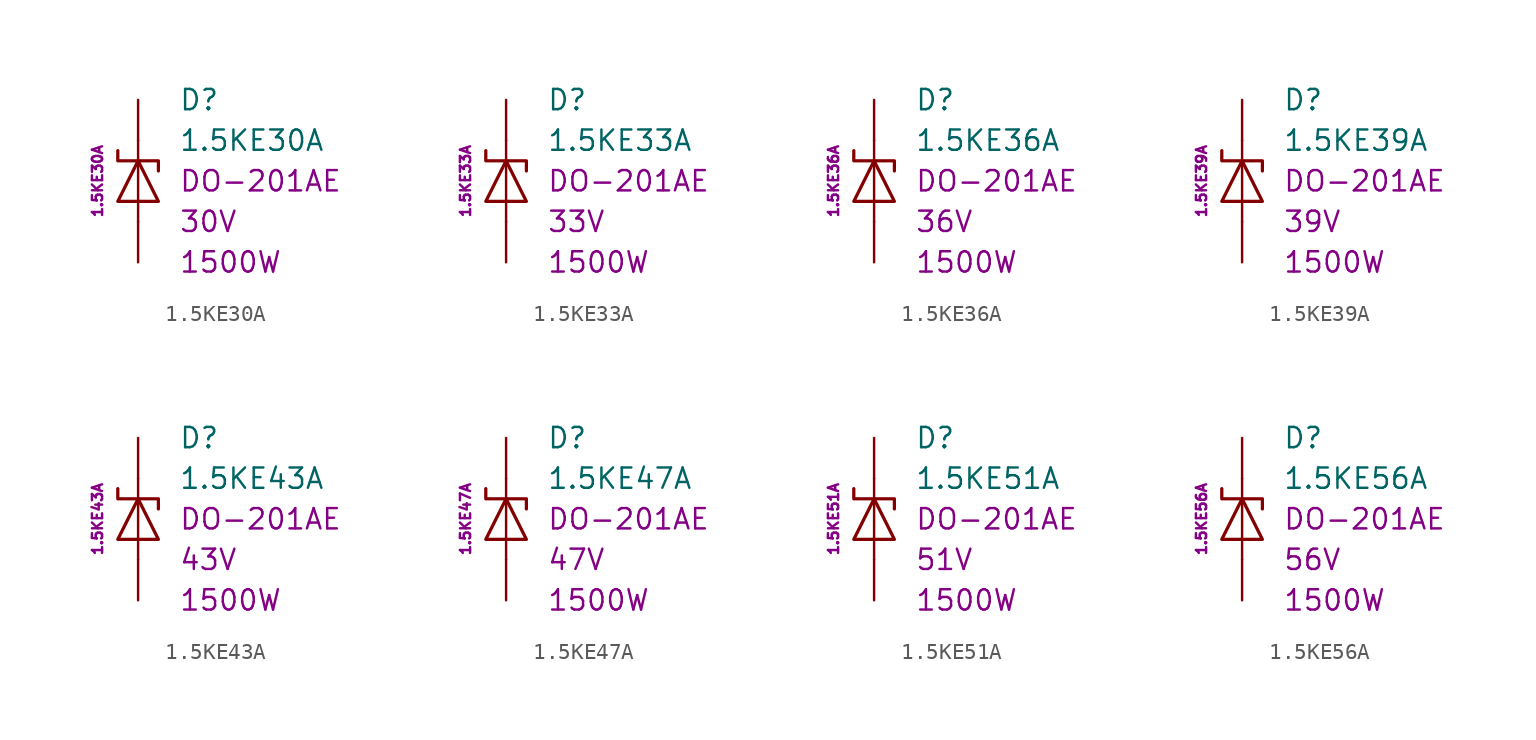
<source format=kicad_sym>
(kicad_symbol_lib
  (version 20201005)
  (generator kicad_symbol_editor)
  (symbol "1.5KE30A"
    (pin_numbers hide)
    (pin_names
      (offset 1.016) hide)
    (property "Reference" "D"
      (at 2.54 5.08 0)
      (effects (font (size 1.27 1.27)) (justify left)))
    (property "Value" "1.5KE30A"
      (at 2.54 2.54 0)
      (effects (font (size 1.27 1.27)) (justify left)))
    (property "Package" "DO-201AE"
      (at 2.54 0 0)
      (effects (font (size 1.27 1.27)) (justify left)))
    (property "Voltage" "30V"
      (at 2.54 -2.54 0)
      (effects (font (size 1.27 1.27)) (justify left)))
    (property "PeakPulsePower" "1500W"
      (at 2.54 -5.08 0)
      (effects (font (size 1.27 1.27)) (justify left)))
    (property "MPN" "1.5KE30A"
      (at -2.54 0 90)
      (effects (font (size 0.635 0.635))))
    (symbol "1.5KE30A_0_1"
      (polyline (pts (xy 0 -2.54) (xy 0 -1.27)) (stroke (width 0)) (fill (type none)))
      (polyline (pts (xy 0 -1.27) (xy 0 1.27)) (stroke (width 0)) (fill (type none)))
      (polyline (pts (xy 0 2.54) (xy 0 1.27)) (stroke (width 0)) (fill (type none)))
      (polyline (pts (xy -1.27 -1.27) (xy 1.27 -1.27) (xy 0 1.27) (xy -1.27 -1.27)) (stroke (width 0.203)) (fill (type none)))
      (polyline (pts (xy -1.27 1.905) (xy -1.27 1.27) (xy 1.27 1.27) (xy 1.27 0.635)) (stroke (width 0.203)) (fill (type none))))
    (symbol "1.5KE30A_1_1"
      (pin passive line (at 0 5.08 270) (length 2.54) (name "K" (effects (font (size 1.27 1.27)))) (number "1" (effects (font (size 1.27 1.27)))))
      (pin passive line (at 0 -5.08 90) (length 2.54) (name "A" (effects (font (size 1.27 1.27)))) (number "2" (effects (font (size 1.27 1.27)))))))
  (symbol "1.5KE33A"
    (pin_numbers hide)
    (pin_names
      (offset 1.016) hide)
    (property "Reference" "D"
      (at 2.54 5.08 0)
      (effects (font (size 1.27 1.27)) (justify left)))
    (property "Value" "1.5KE33A"
      (at 2.54 2.54 0)
      (effects (font (size 1.27 1.27)) (justify left)))
    (property "Package" "DO-201AE"
      (at 2.54 0 0)
      (effects (font (size 1.27 1.27)) (justify left)))
    (property "Voltage" "33V"
      (at 2.54 -2.54 0)
      (effects (font (size 1.27 1.27)) (justify left)))
    (property "PeakPulsePower" "1500W"
      (at 2.54 -5.08 0)
      (effects (font (size 1.27 1.27)) (justify left)))
    (property "MPN" "1.5KE33A"
      (at -2.54 0 90)
      (effects (font (size 0.635 0.635))))
    (symbol "1.5KE33A_0_1"
      (polyline (pts (xy 0 -2.54) (xy 0 -1.27)) (stroke (width 0)) (fill (type none)))
      (polyline (pts (xy 0 -1.27) (xy 0 1.27)) (stroke (width 0)) (fill (type none)))
      (polyline (pts (xy 0 2.54) (xy 0 1.27)) (stroke (width 0)) (fill (type none)))
      (polyline (pts (xy -1.27 -1.27) (xy 1.27 -1.27) (xy 0 1.27) (xy -1.27 -1.27)) (stroke (width 0.203)) (fill (type none)))
      (polyline (pts (xy -1.27 1.905) (xy -1.27 1.27) (xy 1.27 1.27) (xy 1.27 0.635)) (stroke (width 0.203)) (fill (type none))))
    (symbol "1.5KE33A_1_1"
      (pin passive line (at 0 5.08 270) (length 2.54) (name "K" (effects (font (size 1.27 1.27)))) (number "1" (effects (font (size 1.27 1.27)))))
      (pin passive line (at 0 -5.08 90) (length 2.54) (name "A" (effects (font (size 1.27 1.27)))) (number "2" (effects (font (size 1.27 1.27)))))))
  (symbol "1.5KE36A"
    (pin_numbers hide)
    (pin_names
      (offset 1.016) hide)
    (property "Reference" "D"
      (at 2.54 5.08 0)
      (effects (font (size 1.27 1.27)) (justify left)))
    (property "Value" "1.5KE36A"
      (at 2.54 2.54 0)
      (effects (font (size 1.27 1.27)) (justify left)))
    (property "Package" "DO-201AE"
      (at 2.54 0 0)
      (effects (font (size 1.27 1.27)) (justify left)))
    (property "Voltage" "36V"
      (at 2.54 -2.54 0)
      (effects (font (size 1.27 1.27)) (justify left)))
    (property "PeakPulsePower" "1500W"
      (at 2.54 -5.08 0)
      (effects (font (size 1.27 1.27)) (justify left)))
    (property "MPN" "1.5KE36A"
      (at -2.54 0 90)
      (effects (font (size 0.635 0.635))))
    (symbol "1.5KE36A_0_1"
      (polyline (pts (xy 0 -2.54) (xy 0 -1.27)) (stroke (width 0)) (fill (type none)))
      (polyline (pts (xy 0 -1.27) (xy 0 1.27)) (stroke (width 0)) (fill (type none)))
      (polyline (pts (xy 0 2.54) (xy 0 1.27)) (stroke (width 0)) (fill (type none)))
      (polyline (pts (xy -1.27 -1.27) (xy 1.27 -1.27) (xy 0 1.27) (xy -1.27 -1.27)) (stroke (width 0.203)) (fill (type none)))
      (polyline (pts (xy -1.27 1.905) (xy -1.27 1.27) (xy 1.27 1.27) (xy 1.27 0.635)) (stroke (width 0.203)) (fill (type none))))
    (symbol "1.5KE36A_1_1"
      (pin passive line (at 0 5.08 270) (length 2.54) (name "K" (effects (font (size 1.27 1.27)))) (number "1" (effects (font (size 1.27 1.27)))))
      (pin passive line (at 0 -5.08 90) (length 2.54) (name "A" (effects (font (size 1.27 1.27)))) (number "2" (effects (font (size 1.27 1.27)))))))
  (symbol "1.5KE39A"
    (pin_numbers hide)
    (pin_names
      (offset 1.016) hide)
    (property "Reference" "D"
      (at 2.54 5.08 0)
      (effects (font (size 1.27 1.27)) (justify left)))
    (property "Value" "1.5KE39A"
      (at 2.54 2.54 0)
      (effects (font (size 1.27 1.27)) (justify left)))
    (property "Package" "DO-201AE"
      (at 2.54 0 0)
      (effects (font (size 1.27 1.27)) (justify left)))
    (property "Voltage" "39V"
      (at 2.54 -2.54 0)
      (effects (font (size 1.27 1.27)) (justify left)))
    (property "PeakPulsePower" "1500W"
      (at 2.54 -5.08 0)
      (effects (font (size 1.27 1.27)) (justify left)))
    (property "MPN" "1.5KE39A"
      (at -2.54 0 90)
      (effects (font (size 0.635 0.635))))
    (symbol "1.5KE39A_0_1"
      (polyline (pts (xy 0 -2.54) (xy 0 -1.27)) (stroke (width 0)) (fill (type none)))
      (polyline (pts (xy 0 -1.27) (xy 0 1.27)) (stroke (width 0)) (fill (type none)))
      (polyline (pts (xy 0 2.54) (xy 0 1.27)) (stroke (width 0)) (fill (type none)))
      (polyline (pts (xy -1.27 -1.27) (xy 1.27 -1.27) (xy 0 1.27) (xy -1.27 -1.27)) (stroke (width 0.203)) (fill (type none)))
      (polyline (pts (xy -1.27 1.905) (xy -1.27 1.27) (xy 1.27 1.27) (xy 1.27 0.635)) (stroke (width 0.203)) (fill (type none))))
    (symbol "1.5KE39A_1_1"
      (pin passive line (at 0 5.08 270) (length 2.54) (name "K" (effects (font (size 1.27 1.27)))) (number "1" (effects (font (size 1.27 1.27)))))
      (pin passive line (at 0 -5.08 90) (length 2.54) (name "A" (effects (font (size 1.27 1.27)))) (number "2" (effects (font (size 1.27 1.27)))))))
  (symbol "1.5KE43A"
    (pin_numbers hide)
    (pin_names
      (offset 1.016) hide)
    (property "Reference" "D"
      (at 2.54 5.08 0)
      (effects (font (size 1.27 1.27)) (justify left)))
    (property "Value" "1.5KE43A"
      (at 2.54 2.54 0)
      (effects (font (size 1.27 1.27)) (justify left)))
    (property "Package" "DO-201AE"
      (at 2.54 0 0)
      (effects (font (size 1.27 1.27)) (justify left)))
    (property "Voltage" "43V"
      (at 2.54 -2.54 0)
      (effects (font (size 1.27 1.27)) (justify left)))
    (property "PeakPulsePower" "1500W"
      (at 2.54 -5.08 0)
      (effects (font (size 1.27 1.27)) (justify left)))
    (property "MPN" "1.5KE43A"
      (at -2.54 0 90)
      (effects (font (size 0.635 0.635))))
    (symbol "1.5KE43A_0_1"
      (polyline (pts (xy 0 -2.54) (xy 0 -1.27)) (stroke (width 0)) (fill (type none)))
      (polyline (pts (xy 0 -1.27) (xy 0 1.27)) (stroke (width 0)) (fill (type none)))
      (polyline (pts (xy 0 2.54) (xy 0 1.27)) (stroke (width 0)) (fill (type none)))
      (polyline (pts (xy -1.27 -1.27) (xy 1.27 -1.27) (xy 0 1.27) (xy -1.27 -1.27)) (stroke (width 0.203)) (fill (type none)))
      (polyline (pts (xy -1.27 1.905) (xy -1.27 1.27) (xy 1.27 1.27) (xy 1.27 0.635)) (stroke (width 0.203)) (fill (type none))))
    (symbol "1.5KE43A_1_1"
      (pin passive line (at 0 5.08 270) (length 2.54) (name "K" (effects (font (size 1.27 1.27)))) (number "1" (effects (font (size 1.27 1.27)))))
      (pin passive line (at 0 -5.08 90) (length 2.54) (name "A" (effects (font (size 1.27 1.27)))) (number "2" (effects (font (size 1.27 1.27)))))))
  (symbol "1.5KE47A"
    (pin_numbers hide)
    (pin_names
      (offset 1.016) hide)
    (property "Reference" "D"
      (at 2.54 5.08 0)
      (effects (font (size 1.27 1.27)) (justify left)))
    (property "Value" "1.5KE47A"
      (at 2.54 2.54 0)
      (effects (font (size 1.27 1.27)) (justify left)))
    (property "Package" "DO-201AE"
      (at 2.54 0 0)
      (effects (font (size 1.27 1.27)) (justify left)))
    (property "Voltage" "47V"
      (at 2.54 -2.54 0)
      (effects (font (size 1.27 1.27)) (justify left)))
    (property "PeakPulsePower" "1500W"
      (at 2.54 -5.08 0)
      (effects (font (size 1.27 1.27)) (justify left)))
    (property "MPN" "1.5KE47A"
      (at -2.54 0 90)
      (effects (font (size 0.635 0.635))))
    (symbol "1.5KE47A_0_1"
      (polyline (pts (xy 0 -2.54) (xy 0 -1.27)) (stroke (width 0)) (fill (type none)))
      (polyline (pts (xy 0 -1.27) (xy 0 1.27)) (stroke (width 0)) (fill (type none)))
      (polyline (pts (xy 0 2.54) (xy 0 1.27)) (stroke (width 0)) (fill (type none)))
      (polyline (pts (xy -1.27 -1.27) (xy 1.27 -1.27) (xy 0 1.27) (xy -1.27 -1.27)) (stroke (width 0.203)) (fill (type none)))
      (polyline (pts (xy -1.27 1.905) (xy -1.27 1.27) (xy 1.27 1.27) (xy 1.27 0.635)) (stroke (width 0.203)) (fill (type none))))
    (symbol "1.5KE47A_1_1"
      (pin passive line (at 0 5.08 270) (length 2.54) (name "K" (effects (font (size 1.27 1.27)))) (number "1" (effects (font (size 1.27 1.27)))))
      (pin passive line (at 0 -5.08 90) (length 2.54) (name "A" (effects (font (size 1.27 1.27)))) (number "2" (effects (font (size 1.27 1.27)))))))
  (symbol "1.5KE51A"
    (pin_numbers hide)
    (pin_names
      (offset 1.016) hide)
    (property "Reference" "D"
      (at 2.54 5.08 0)
      (effects (font (size 1.27 1.27)) (justify left)))
    (property "Value" "1.5KE51A"
      (at 2.54 2.54 0)
      (effects (font (size 1.27 1.27)) (justify left)))
    (property "Package" "DO-201AE"
      (at 2.54 0 0)
      (effects (font (size 1.27 1.27)) (justify left)))
    (property "Voltage" "51V"
      (at 2.54 -2.54 0)
      (effects (font (size 1.27 1.27)) (justify left)))
    (property "PeakPulsePower" "1500W"
      (at 2.54 -5.08 0)
      (effects (font (size 1.27 1.27)) (justify left)))
    (property "MPN" "1.5KE51A"
      (at -2.54 0 90)
      (effects (font (size 0.635 0.635))))
    (symbol "1.5KE51A_0_1"
      (polyline (pts (xy 0 -2.54) (xy 0 -1.27)) (stroke (width 0)) (fill (type none)))
      (polyline (pts (xy 0 -1.27) (xy 0 1.27)) (stroke (width 0)) (fill (type none)))
      (polyline (pts (xy 0 2.54) (xy 0 1.27)) (stroke (width 0)) (fill (type none)))
      (polyline (pts (xy -1.27 -1.27) (xy 1.27 -1.27) (xy 0 1.27) (xy -1.27 -1.27)) (stroke (width 0.203)) (fill (type none)))
      (polyline (pts (xy -1.27 1.905) (xy -1.27 1.27) (xy 1.27 1.27) (xy 1.27 0.635)) (stroke (width 0.203)) (fill (type none))))
    (symbol "1.5KE51A_1_1"
      (pin passive line (at 0 5.08 270) (length 2.54) (name "K" (effects (font (size 1.27 1.27)))) (number "1" (effects (font (size 1.27 1.27)))))
      (pin passive line (at 0 -5.08 90) (length 2.54) (name "A" (effects (font (size 1.27 1.27)))) (number "2" (effects (font (size 1.27 1.27)))))))
  (symbol "1.5KE56A"
    (pin_numbers hide)
    (pin_names
      (offset 1.016) hide)
    (property "Reference" "D"
      (at 2.54 5.08 0)
      (effects (font (size 1.27 1.27)) (justify left)))
    (property "Value" "1.5KE56A"
      (at 2.54 2.54 0)
      (effects (font (size 1.27 1.27)) (justify left)))
    (property "Package" "DO-201AE"
      (at 2.54 0 0)
      (effects (font (size 1.27 1.27)) (justify left)))
    (property "Voltage" "56V"
      (at 2.54 -2.54 0)
      (effects (font (size 1.27 1.27)) (justify left)))
    (property "PeakPulsePower" "1500W"
      (at 2.54 -5.08 0)
      (effects (font (size 1.27 1.27)) (justify left)))
    (property "MPN" "1.5KE56A"
      (at -2.54 0 90)
      (effects (font (size 0.635 0.635))))
    (symbol "1.5KE56A_0_1"
      (polyline (pts (xy 0 -2.54) (xy 0 -1.27)) (stroke (width 0)) (fill (type none)))
      (polyline (pts (xy 0 -1.27) (xy 0 1.27)) (stroke (width 0)) (fill (type none)))
      (polyline (pts (xy 0 2.54) (xy 0 1.27)) (stroke (width 0)) (fill (type none)))
      (polyline (pts (xy -1.27 -1.27) (xy 1.27 -1.27) (xy 0 1.27) (xy -1.27 -1.27)) (stroke (width 0.203)) (fill (type none)))
      (polyline (pts (xy -1.27 1.905) (xy -1.27 1.27) (xy 1.27 1.27) (xy 1.27 0.635)) (stroke (width 0.203)) (fill (type none))))
    (symbol "1.5KE56A_1_1"
      (pin passive line (at 0 5.08 270) (length 2.54) (name "K" (effects (font (size 1.27 1.27)))) (number "1" (effects (font (size 1.27 1.27)))))
      (pin passive line (at 0 -5.08 90) (length 2.54) (name "A" (effects (font (size 1.27 1.27)))) (number "2" (effects (font (size 1.27 1.27))))))))
</source>
